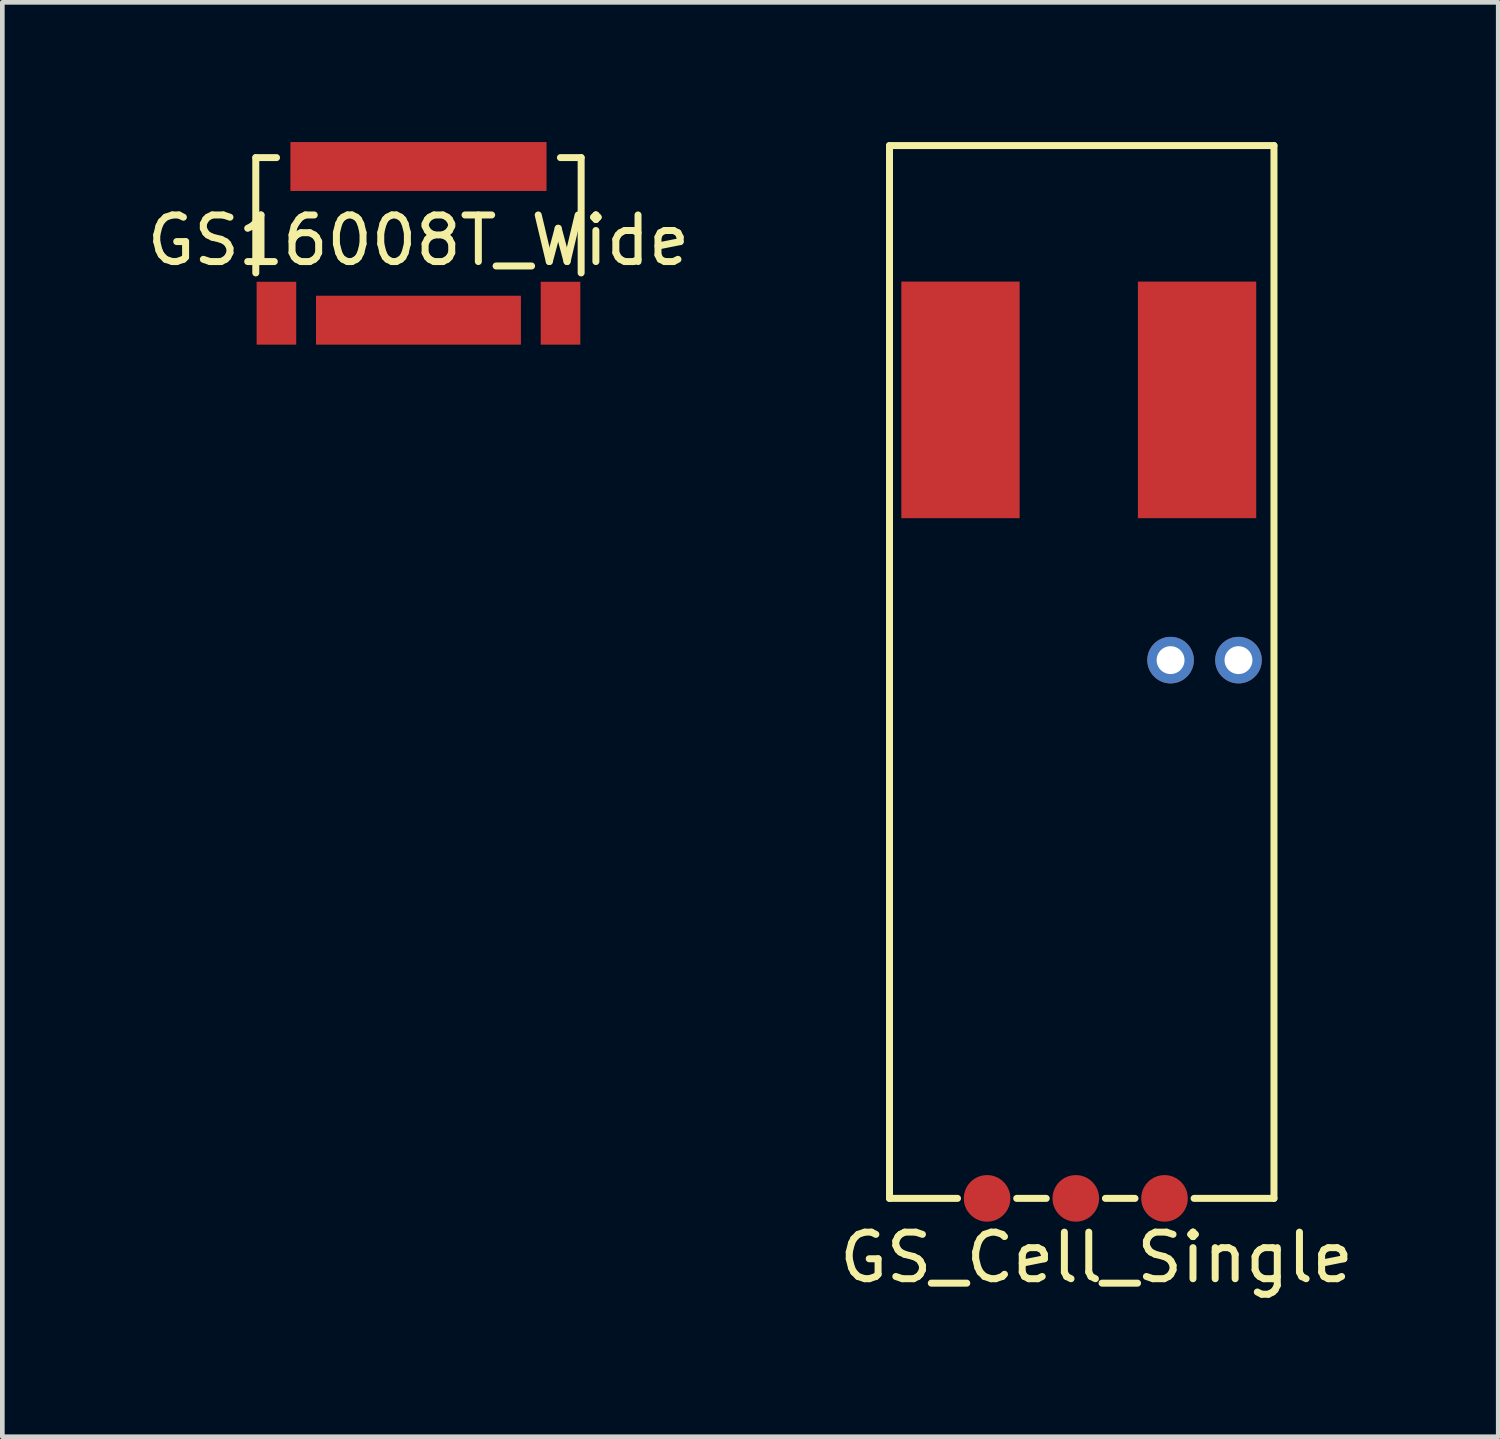
<source format=kicad_pcb>
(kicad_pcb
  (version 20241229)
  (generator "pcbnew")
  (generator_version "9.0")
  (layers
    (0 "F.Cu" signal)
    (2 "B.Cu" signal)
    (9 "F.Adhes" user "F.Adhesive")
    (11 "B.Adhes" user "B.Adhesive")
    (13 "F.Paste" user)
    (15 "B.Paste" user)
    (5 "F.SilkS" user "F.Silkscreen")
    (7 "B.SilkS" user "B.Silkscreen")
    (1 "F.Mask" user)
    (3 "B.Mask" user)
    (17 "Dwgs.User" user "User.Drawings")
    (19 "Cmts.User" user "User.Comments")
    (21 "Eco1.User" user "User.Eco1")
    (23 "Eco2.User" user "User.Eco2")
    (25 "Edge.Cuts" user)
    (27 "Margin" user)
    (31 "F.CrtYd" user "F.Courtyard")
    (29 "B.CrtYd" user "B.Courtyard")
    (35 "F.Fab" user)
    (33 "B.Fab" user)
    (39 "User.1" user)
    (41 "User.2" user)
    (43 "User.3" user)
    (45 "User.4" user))
  (footprint "GS_Cell_Single"
    (layer "F.Cu")
    (at 16.049 22.681)
    (property "Reference" "GS_Cell_Single" (at 4.445 1.27 0) (layer "F.SilkS") (effects (font (size 1 1) (thickness 0.15))))
    (attr through_hole)
    (fp_line (start 0 -22.606) (end 0 0) (stroke (width 0.15) (type solid)) (layer "F.SilkS"))
    (fp_line (start 0 -22.606) (end 8.255 -22.606) (stroke (width 0.15) (type solid)) (layer "F.SilkS"))
    (fp_line (start 0 0) (end 1.46 0) (stroke (width 0.15) (type solid)) (layer "F.SilkS"))
    (fp_line (start 2.731 0) (end 3.365 0) (stroke (width 0.15) (type solid)) (layer "F.SilkS"))
    (fp_line (start 4.636 0) (end 5.271 0) (stroke (width 0.15) (type solid)) (layer "F.SilkS"))
    (fp_line (start 6.54 0) (end 8.255 0) (stroke (width 0.15) (type solid)) (layer "F.SilkS"))
    (fp_line (start 8.255 -22.606) (end 8.255 0) (stroke (width 0.15) (type solid)) (layer "F.SilkS"))
    (pad "D" smd rect (at 1.524 -17.145) (size 2.54 5.08) (layers "F.Cu" "F.Mask" "F.Paste"))
    (pad "GNDI" smd circle (at 4 0) (size 1 1) (layers "F.Cu" "F.Mask" "F.Paste"))
    (pad "PWM" smd circle (at 2.095 0) (size 1 1) (layers "F.Cu" "F.Mask" "F.Paste"))
    (pad "S" smd rect (at 6.604 -17.145) (size 2.54 5.08) (layers "F.Cu" "F.Mask" "F.Paste"))
    (pad "S_K" thru_hole circle (at 6.035 -11.557) (size 1 1) (drill 0.6) (layers "*.Cu" "*.Mask"))
    (pad "VDDI" smd circle (at 5.905 0) (size 1 1) (layers "F.Cu" "F.Mask" "F.Paste"))
    (pad "V_BST" thru_hole circle (at 7.493 -11.557) (size 1 1) (drill 0.6) (layers "*.Cu" "*.Mask")))
  (footprint "GS16008T_Wide"
    (layer "F.Cu")
    (at 5.935 2.175)
    (property "Reference" "GS16008T_Wide" (at 0 -0.064 0) (layer "F.SilkS") (effects (font (size 1 1) (thickness 0.15))))
    (attr through_hole)
    (fp_line (start -3.493 -1.841) (end -3.493 0.635) (stroke (width 0.15) (type solid)) (layer "F.SilkS"))
    (fp_line (start -3.493 -1.841) (end -3.048 -1.841) (stroke (width 0.15) (type solid)) (layer "F.SilkS"))
    (fp_line (start 3.493 -1.841) (end 3.048 -1.841) (stroke (width 0.15) (type solid)) (layer "F.SilkS"))
    (fp_line (start 3.493 -1.841) (end 3.493 0.635) (stroke (width 0.15) (type solid)) (layer "F.SilkS"))
    (pad "D" smd rect (at 0 -1.65) (size 5.5 1.05) (layers "F.Cu" "F.Mask" "F.Paste"))
    (pad "G" smd rect (at -3.05 1.5) (size 0.85 1.35) (layers "F.Cu" "F.Mask" "F.Paste"))
    (pad "G" smd rect (at 3.05 1.5) (size 0.85 1.35) (layers "F.Cu" "F.Mask" "F.Paste"))
    (pad "S" smd rect (at 0 1.65) (size 4.4 1.05) (layers "F.Cu" "F.Mask" "F.Paste")))
  (gr_rect
    (start -3 -3)
    (end 29.119 27.799)
    (stroke (width 0.1) (type default))
    (fill no)
    (layer "Edge.Cuts")))
</source>
